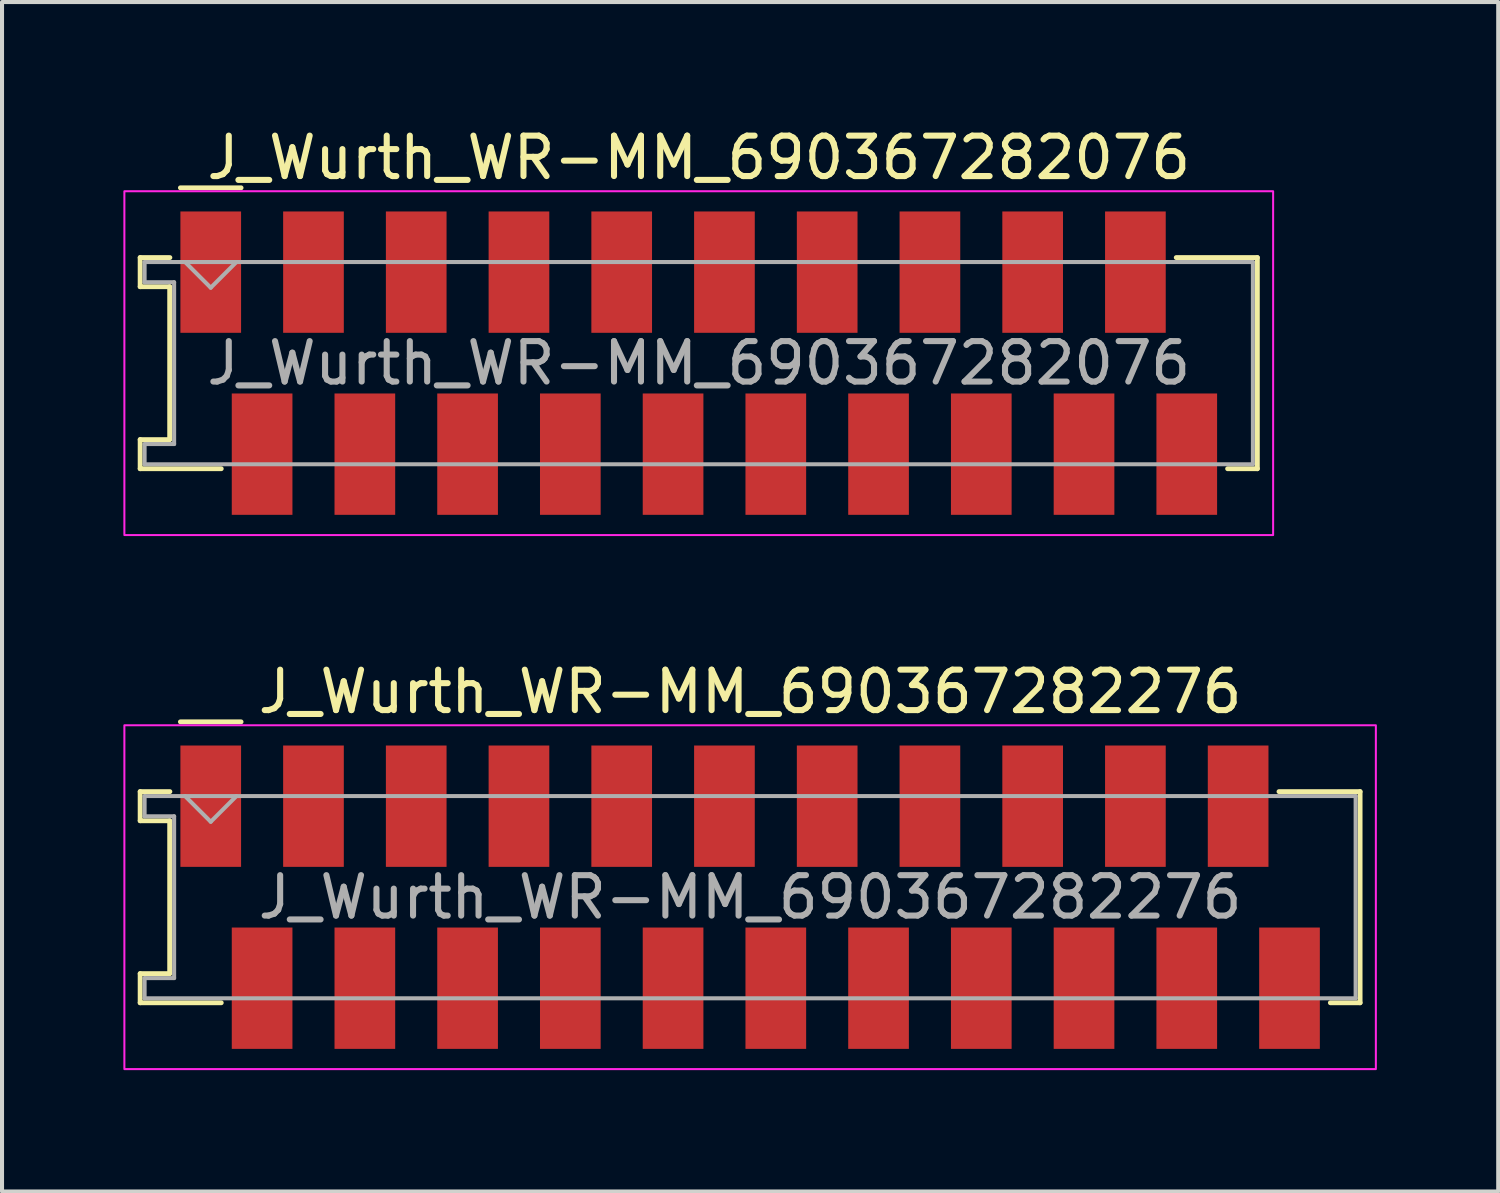
<source format=kicad_pcb>
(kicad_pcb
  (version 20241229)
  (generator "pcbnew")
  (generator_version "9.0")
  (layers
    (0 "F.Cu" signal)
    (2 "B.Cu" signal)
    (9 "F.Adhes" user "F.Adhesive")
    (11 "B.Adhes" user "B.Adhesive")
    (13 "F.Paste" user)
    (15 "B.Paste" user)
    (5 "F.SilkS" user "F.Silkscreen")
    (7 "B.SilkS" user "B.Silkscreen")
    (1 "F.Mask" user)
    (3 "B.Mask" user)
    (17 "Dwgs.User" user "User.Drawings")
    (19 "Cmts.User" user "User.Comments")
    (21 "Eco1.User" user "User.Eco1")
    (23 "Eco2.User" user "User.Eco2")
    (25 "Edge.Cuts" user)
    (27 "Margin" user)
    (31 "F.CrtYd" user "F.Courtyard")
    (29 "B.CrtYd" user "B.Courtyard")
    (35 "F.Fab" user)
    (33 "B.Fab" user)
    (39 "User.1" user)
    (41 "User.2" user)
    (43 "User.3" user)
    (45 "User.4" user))
  (footprint "J_Wurth_WR-MM_690367282076"
    (layer "F.Cu")
    (at 14.225 5.928)
    (property "Reference" "J_Wurth_WR-MM_690367282076" (at 0 -5.08 0) (unlocked yes) (layer "F.SilkS") (effects (font (size 1 1) (thickness 0.15))))
    (attr smd)
    (fp_line (start -13.81 -2.61) (end -13.81 -1.89) (stroke (width 0.12) (type solid)) (layer "F.SilkS"))
    (fp_line (start -13.81 -2.61) (end -13.075 -2.61) (stroke (width 0.12) (type solid)) (layer "F.SilkS"))
    (fp_line (start -13.81 -1.89) (end -13.08 -1.89) (stroke (width 0.12) (type solid)) (layer "F.SilkS"))
    (fp_line (start -13.81 1.89) (end -13.81 2.61) (stroke (width 0.12) (type solid)) (layer "F.SilkS"))
    (fp_line (start -13.81 1.89) (end -13.08 1.89) (stroke (width 0.12) (type solid)) (layer "F.SilkS"))
    (fp_line (start -13.81 2.61) (end -11.805 2.61) (stroke (width 0.12) (type solid)) (layer "F.SilkS"))
    (fp_line (start -13.08 -1.89) (end -13.08 1.89) (stroke (width 0.12) (type solid)) (layer "F.SilkS"))
    (fp_line (start -12.815 -4.335) (end -11.315 -4.335) (stroke (width 0.12) (type solid)) (layer "F.SilkS"))
    (fp_line (start 11.805 -2.61) (end 13.81 -2.61) (stroke (width 0.12) (type solid)) (layer "F.SilkS"))
    (fp_line (start 13.075 2.61) (end 13.81 2.61) (stroke (width 0.12) (type solid)) (layer "F.SilkS"))
    (fp_line (start 13.81 -2.61) (end 13.81 2.61) (stroke (width 0.12) (type solid)) (layer "F.SilkS"))
    (fp_rect (start -14.2 -4.25) (end 14.2 4.25) (stroke (width 0.05) (type solid)) (fill no) (layer "F.CrtYd"))
    (fp_line (start -13.7 -2.5) (end -13.7 -2) (stroke (width 0.1) (type solid)) (layer "F.Fab"))
    (fp_line (start -13.7 -2.5) (end 13.7 -2.5) (stroke (width 0.1) (type default)) (layer "F.Fab"))
    (fp_line (start -13.7 -2) (end -12.97 -2) (stroke (width 0.1) (type solid)) (layer "F.Fab"))
    (fp_line (start -13.7 2) (end -13.7 2.5) (stroke (width 0.1) (type solid)) (layer "F.Fab"))
    (fp_line (start -13.7 2) (end -12.97 2) (stroke (width 0.1) (type solid)) (layer "F.Fab"))
    (fp_line (start -12.97 -2) (end -12.97 2) (stroke (width 0.1) (type default)) (layer "F.Fab"))
    (fp_line (start -12.7 -2.5) (end -12.065 -1.865) (stroke (width 0.1) (type default)) (layer "F.Fab"))
    (fp_line (start -12.065 -1.865) (end -11.43 -2.5) (stroke (width 0.1) (type default)) (layer "F.Fab"))
    (fp_line (start 13.7 -2.5) (end 13.7 2.5) (stroke (width 0.1) (type default)) (layer "F.Fab"))
    (fp_line (start 13.7 2.5) (end -13.7 2.5) (stroke (width 0.1) (type default)) (layer "F.Fab"))
    (fp_text user "${REFERENCE}" (at 0 0 0) (unlocked yes) (layer "F.Fab") (effects (font (size 1 1) (thickness 0.15))))
    (pad "1" smd rect (at -12.065 -2.25) (size 1.5 3) (layers "F.Cu" "F.Mask" "F.Paste"))
    (pad "2" smd rect (at -10.795 2.25) (size 1.5 3) (layers "F.Cu" "F.Mask" "F.Paste"))
    (pad "3" smd rect (at -9.525 -2.25) (size 1.5 3) (layers "F.Cu" "F.Mask" "F.Paste"))
    (pad "4" smd rect (at -8.255 2.25) (size 1.5 3) (layers "F.Cu" "F.Mask" "F.Paste"))
    (pad "5" smd rect (at -6.985 -2.25) (size 1.5 3) (layers "F.Cu" "F.Mask" "F.Paste"))
    (pad "6" smd rect (at -5.715 2.25) (size 1.5 3) (layers "F.Cu" "F.Mask" "F.Paste"))
    (pad "7" smd rect (at -4.445 -2.25) (size 1.5 3) (layers "F.Cu" "F.Mask" "F.Paste"))
    (pad "8" smd rect (at -3.175 2.25) (size 1.5 3) (layers "F.Cu" "F.Mask" "F.Paste"))
    (pad "9" smd rect (at -1.905 -2.25) (size 1.5 3) (layers "F.Cu" "F.Mask" "F.Paste"))
    (pad "10" smd rect (at -0.635 2.25) (size 1.5 3) (layers "F.Cu" "F.Mask" "F.Paste"))
    (pad "11" smd rect (at 0.635 -2.25) (size 1.5 3) (layers "F.Cu" "F.Mask" "F.Paste"))
    (pad "12" smd rect (at 1.905 2.25) (size 1.5 3) (layers "F.Cu" "F.Mask" "F.Paste"))
    (pad "13" smd rect (at 3.175 -2.25) (size 1.5 3) (layers "F.Cu" "F.Mask" "F.Paste"))
    (pad "14" smd rect (at 4.445 2.25) (size 1.5 3) (layers "F.Cu" "F.Mask" "F.Paste"))
    (pad "15" smd rect (at 5.715 -2.25) (size 1.5 3) (layers "F.Cu" "F.Mask" "F.Paste"))
    (pad "16" smd rect (at 6.985 2.25) (size 1.5 3) (layers "F.Cu" "F.Mask" "F.Paste"))
    (pad "17" smd rect (at 8.255 -2.25) (size 1.5 3) (layers "F.Cu" "F.Mask" "F.Paste"))
    (pad "18" smd rect (at 9.525 2.25) (size 1.5 3) (layers "F.Cu" "F.Mask" "F.Paste"))
    (pad "19" smd rect (at 10.795 -2.25) (size 1.5 3) (layers "F.Cu" "F.Mask" "F.Paste"))
    (pad "20" smd rect (at 12.065 2.25) (size 1.5 3) (layers "F.Cu" "F.Mask" "F.Paste")))
  (footprint "J_Wurth_WR-MM_690367282276"
    (layer "F.Cu")
    (at 15.495 19.131)
    (property "Reference" "J_Wurth_WR-MM_690367282276" (at 0 -5.08 0) (unlocked yes) (layer "F.SilkS") (effects (font (size 1 1) (thickness 0.15))))
    (attr smd)
    (fp_line (start -15.08 -2.61) (end -15.08 -1.89) (stroke (width 0.12) (type solid)) (layer "F.SilkS"))
    (fp_line (start -15.08 -2.61) (end -14.345 -2.61) (stroke (width 0.12) (type solid)) (layer "F.SilkS"))
    (fp_line (start -15.08 -1.89) (end -14.35 -1.89) (stroke (width 0.12) (type solid)) (layer "F.SilkS"))
    (fp_line (start -15.08 1.89) (end -15.08 2.61) (stroke (width 0.12) (type solid)) (layer "F.SilkS"))
    (fp_line (start -15.08 1.89) (end -14.35 1.89) (stroke (width 0.12) (type solid)) (layer "F.SilkS"))
    (fp_line (start -15.08 2.61) (end -13.075 2.61) (stroke (width 0.12) (type solid)) (layer "F.SilkS"))
    (fp_line (start -14.35 -1.89) (end -14.35 1.89) (stroke (width 0.12) (type solid)) (layer "F.SilkS"))
    (fp_line (start -14.085 -4.335) (end -12.585 -4.335) (stroke (width 0.12) (type solid)) (layer "F.SilkS"))
    (fp_line (start 13.075 -2.61) (end 15.08 -2.61) (stroke (width 0.12) (type solid)) (layer "F.SilkS"))
    (fp_line (start 14.345 2.61) (end 15.08 2.61) (stroke (width 0.12) (type solid)) (layer "F.SilkS"))
    (fp_line (start 15.08 -2.61) (end 15.08 2.61) (stroke (width 0.12) (type solid)) (layer "F.SilkS"))
    (fp_rect (start -15.47 -4.25) (end 15.47 4.25) (stroke (width 0.05) (type solid)) (fill no) (layer "F.CrtYd"))
    (fp_line (start -14.97 -2.5) (end -14.97 -2) (stroke (width 0.1) (type solid)) (layer "F.Fab"))
    (fp_line (start -14.97 -2.5) (end 14.97 -2.5) (stroke (width 0.1) (type default)) (layer "F.Fab"))
    (fp_line (start -14.97 -2) (end -14.24 -2) (stroke (width 0.1) (type solid)) (layer "F.Fab"))
    (fp_line (start -14.97 2) (end -14.97 2.5) (stroke (width 0.1) (type solid)) (layer "F.Fab"))
    (fp_line (start -14.97 2) (end -14.24 2) (stroke (width 0.1) (type solid)) (layer "F.Fab"))
    (fp_line (start -14.24 -2) (end -14.24 2) (stroke (width 0.1) (type default)) (layer "F.Fab"))
    (fp_line (start -13.97 -2.5) (end -13.335 -1.865) (stroke (width 0.1) (type default)) (layer "F.Fab"))
    (fp_line (start -13.335 -1.865) (end -12.7 -2.5) (stroke (width 0.1) (type default)) (layer "F.Fab"))
    (fp_line (start 14.97 -2.5) (end 14.97 2.5) (stroke (width 0.1) (type default)) (layer "F.Fab"))
    (fp_line (start 14.97 2.5) (end -14.97 2.5) (stroke (width 0.1) (type default)) (layer "F.Fab"))
    (fp_text user "${REFERENCE}" (at 0 0 0) (unlocked yes) (layer "F.Fab") (effects (font (size 1 1) (thickness 0.15))))
    (pad "1" smd rect (at -13.335 -2.25) (size 1.5 3) (layers "F.Cu" "F.Mask" "F.Paste"))
    (pad "2" smd rect (at -12.065 2.25) (size 1.5 3) (layers "F.Cu" "F.Mask" "F.Paste"))
    (pad "3" smd rect (at -10.795 -2.25) (size 1.5 3) (layers "F.Cu" "F.Mask" "F.Paste"))
    (pad "4" smd rect (at -9.525 2.25) (size 1.5 3) (layers "F.Cu" "F.Mask" "F.Paste"))
    (pad "5" smd rect (at -8.255 -2.25) (size 1.5 3) (layers "F.Cu" "F.Mask" "F.Paste"))
    (pad "6" smd rect (at -6.985 2.25) (size 1.5 3) (layers "F.Cu" "F.Mask" "F.Paste"))
    (pad "7" smd rect (at -5.715 -2.25) (size 1.5 3) (layers "F.Cu" "F.Mask" "F.Paste"))
    (pad "8" smd rect (at -4.445 2.25) (size 1.5 3) (layers "F.Cu" "F.Mask" "F.Paste"))
    (pad "9" smd rect (at -3.175 -2.25) (size 1.5 3) (layers "F.Cu" "F.Mask" "F.Paste"))
    (pad "10" smd rect (at -1.905 2.25) (size 1.5 3) (layers "F.Cu" "F.Mask" "F.Paste"))
    (pad "11" smd rect (at -0.635 -2.25) (size 1.5 3) (layers "F.Cu" "F.Mask" "F.Paste"))
    (pad "12" smd rect (at 0.635 2.25) (size 1.5 3) (layers "F.Cu" "F.Mask" "F.Paste"))
    (pad "13" smd rect (at 1.905 -2.25) (size 1.5 3) (layers "F.Cu" "F.Mask" "F.Paste"))
    (pad "14" smd rect (at 3.175 2.25) (size 1.5 3) (layers "F.Cu" "F.Mask" "F.Paste"))
    (pad "15" smd rect (at 4.445 -2.25) (size 1.5 3) (layers "F.Cu" "F.Mask" "F.Paste"))
    (pad "16" smd rect (at 5.715 2.25) (size 1.5 3) (layers "F.Cu" "F.Mask" "F.Paste"))
    (pad "17" smd rect (at 6.985 -2.25) (size 1.5 3) (layers "F.Cu" "F.Mask" "F.Paste"))
    (pad "18" smd rect (at 8.255 2.25) (size 1.5 3) (layers "F.Cu" "F.Mask" "F.Paste"))
    (pad "19" smd rect (at 9.525 -2.25) (size 1.5 3) (layers "F.Cu" "F.Mask" "F.Paste"))
    (pad "20" smd rect (at 10.795 2.25) (size 1.5 3) (layers "F.Cu" "F.Mask" "F.Paste"))
    (pad "21" smd rect (at 12.065 -2.25) (size 1.5 3) (layers "F.Cu" "F.Mask" "F.Paste"))
    (pad "22" smd rect (at 13.335 2.25) (size 1.5 3) (layers "F.Cu" "F.Mask" "F.Paste")))
  (gr_rect
    (start -3 -3)
    (end 33.99 26.407)
    (stroke (width 0.1) (type default))
    (fill no)
    (layer "Edge.Cuts")))
</source>
